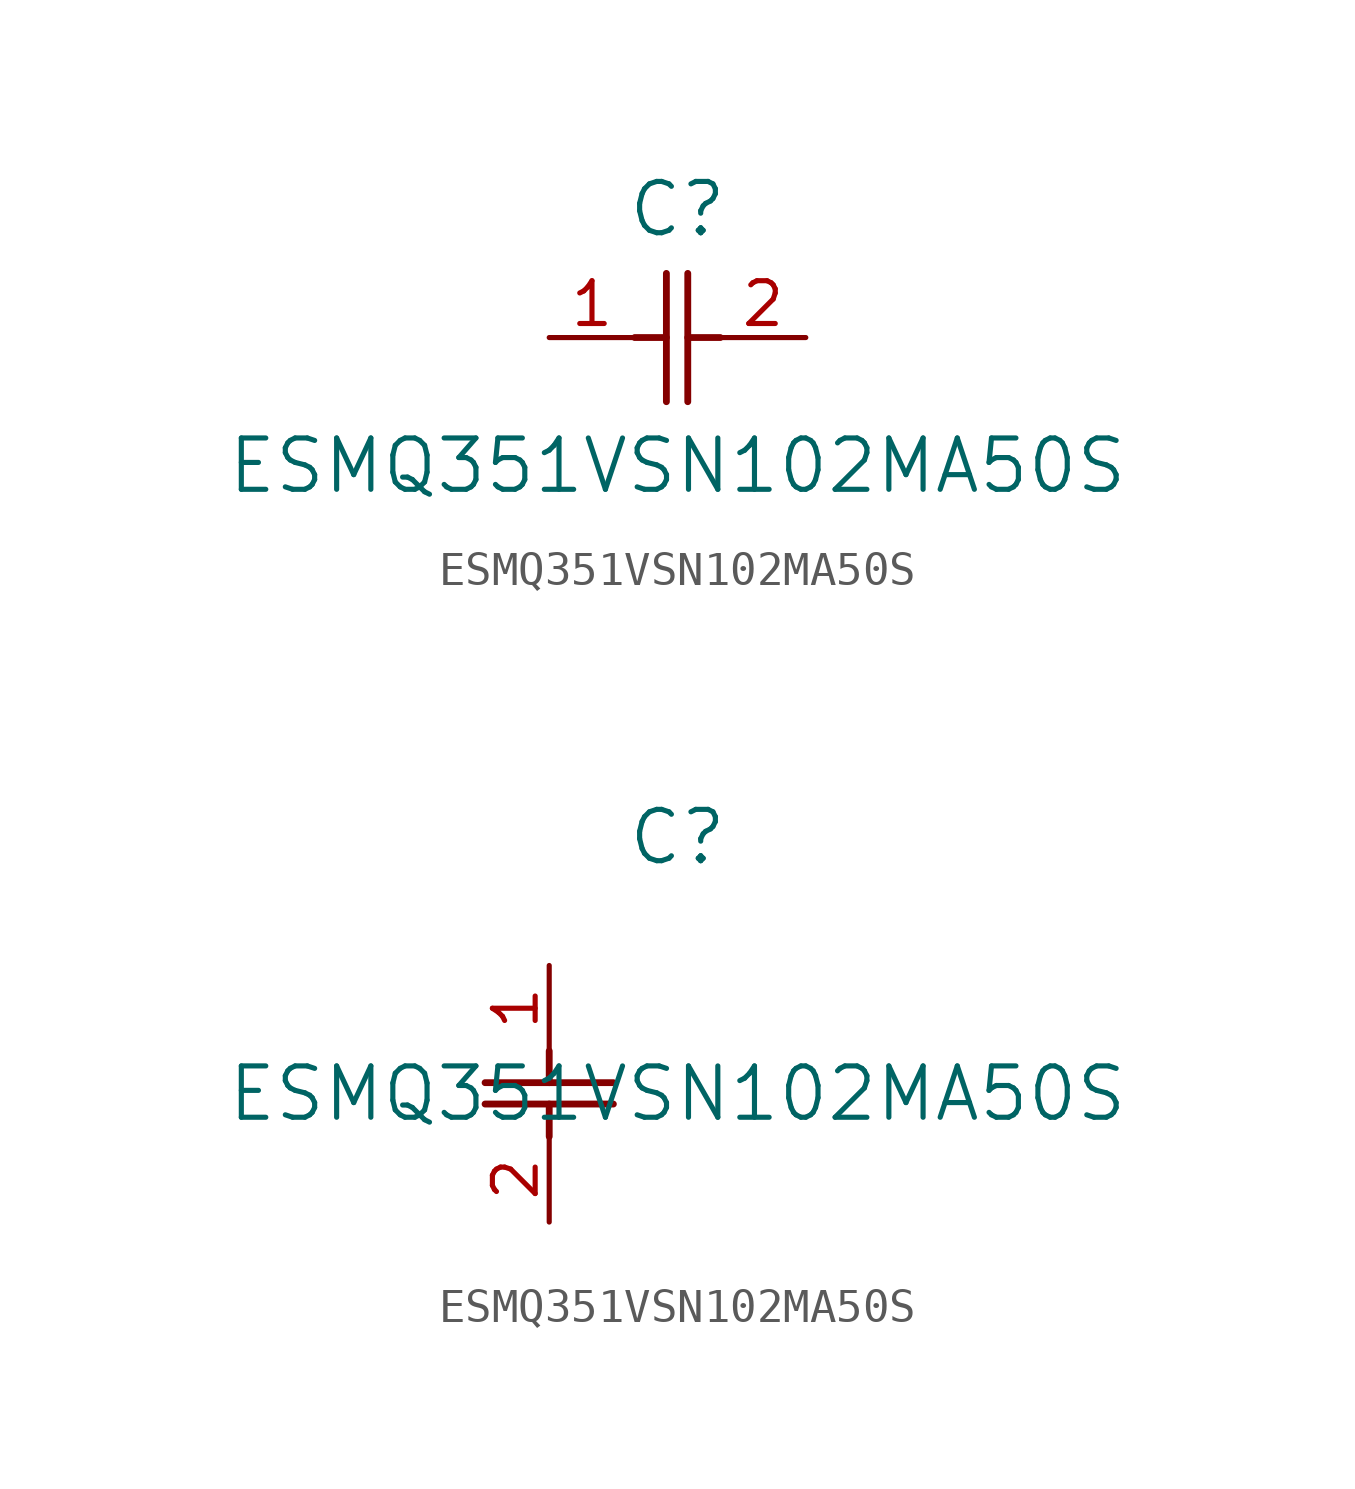
<source format=kicad_sym>
(kicad_symbol_lib
  (version 20211014)
  (generator kicad_symbol_editor)
  (symbol "ESMQ351VSN102MA50S"
    (pin_names
      (offset 0.254))
    (property "Reference" "C"
      (at 3.81 3.81 0)
      (effects (font (size 1.524 1.524))))
    (property "Value" "ESMQ351VSN102MA50S"
      (at 3.81 -3.81 0)
      (effects (font (size 1.524 1.524))))
    (symbol "ESMQ351VSN102MA50S_1_1"
      (polyline (pts (xy 3.48 -1.905) (xy 3.48 1.905)) (stroke (width 0.203) (type default) (color 0 0 0 0)) (fill (type none)))
      (polyline (pts (xy 4.115 -1.905) (xy 4.115 1.905)) (stroke (width 0.203) (type default) (color 0 0 0 0)) (fill (type none)))
      (polyline (pts (xy 4.115 0) (xy 5.08 0)) (stroke (width 0.203) (type default) (color 0 0 0 0)) (fill (type none)))
      (polyline (pts (xy 2.54 0) (xy 3.48 0)) (stroke (width 0.203) (type default) (color 0 0 0 0)) (fill (type none)))
      (pin unspecified line (at 0 0 0) (length 2.54) (name "" (effects (font (size 1.27 1.27)))) (number "1" (effects (font (size 1.27 1.27)))))
      (pin unspecified line (at 7.62 0 180) (length 2.54) (name "" (effects (font (size 1.27 1.27)))) (number "2" (effects (font (size 1.27 1.27))))))
    (symbol "ESMQ351VSN102MA50S_1_2"
      (polyline (pts (xy -1.905 -3.48) (xy 1.905 -3.48)) (stroke (width 0.203) (type default) (color 0 0 0 0)) (fill (type none)))
      (polyline (pts (xy -1.905 -4.115) (xy 1.905 -4.115)) (stroke (width 0.203) (type default) (color 0 0 0 0)) (fill (type none)))
      (polyline (pts (xy 0 -4.115) (xy 0 -5.08)) (stroke (width 0.203) (type default) (color 0 0 0 0)) (fill (type none)))
      (polyline (pts (xy 0 -2.54) (xy 0 -3.48)) (stroke (width 0.203) (type default) (color 0 0 0 0)) (fill (type none)))
      (pin unspecified line (at 0 0 270) (length 2.54) (name "" (effects (font (size 1.27 1.27)))) (number "1" (effects (font (size 1.27 1.27)))))
      (pin unspecified line (at 0 -7.62 90) (length 2.54) (name "" (effects (font (size 1.27 1.27)))) (number "2" (effects (font (size 1.27 1.27))))))))
</source>
